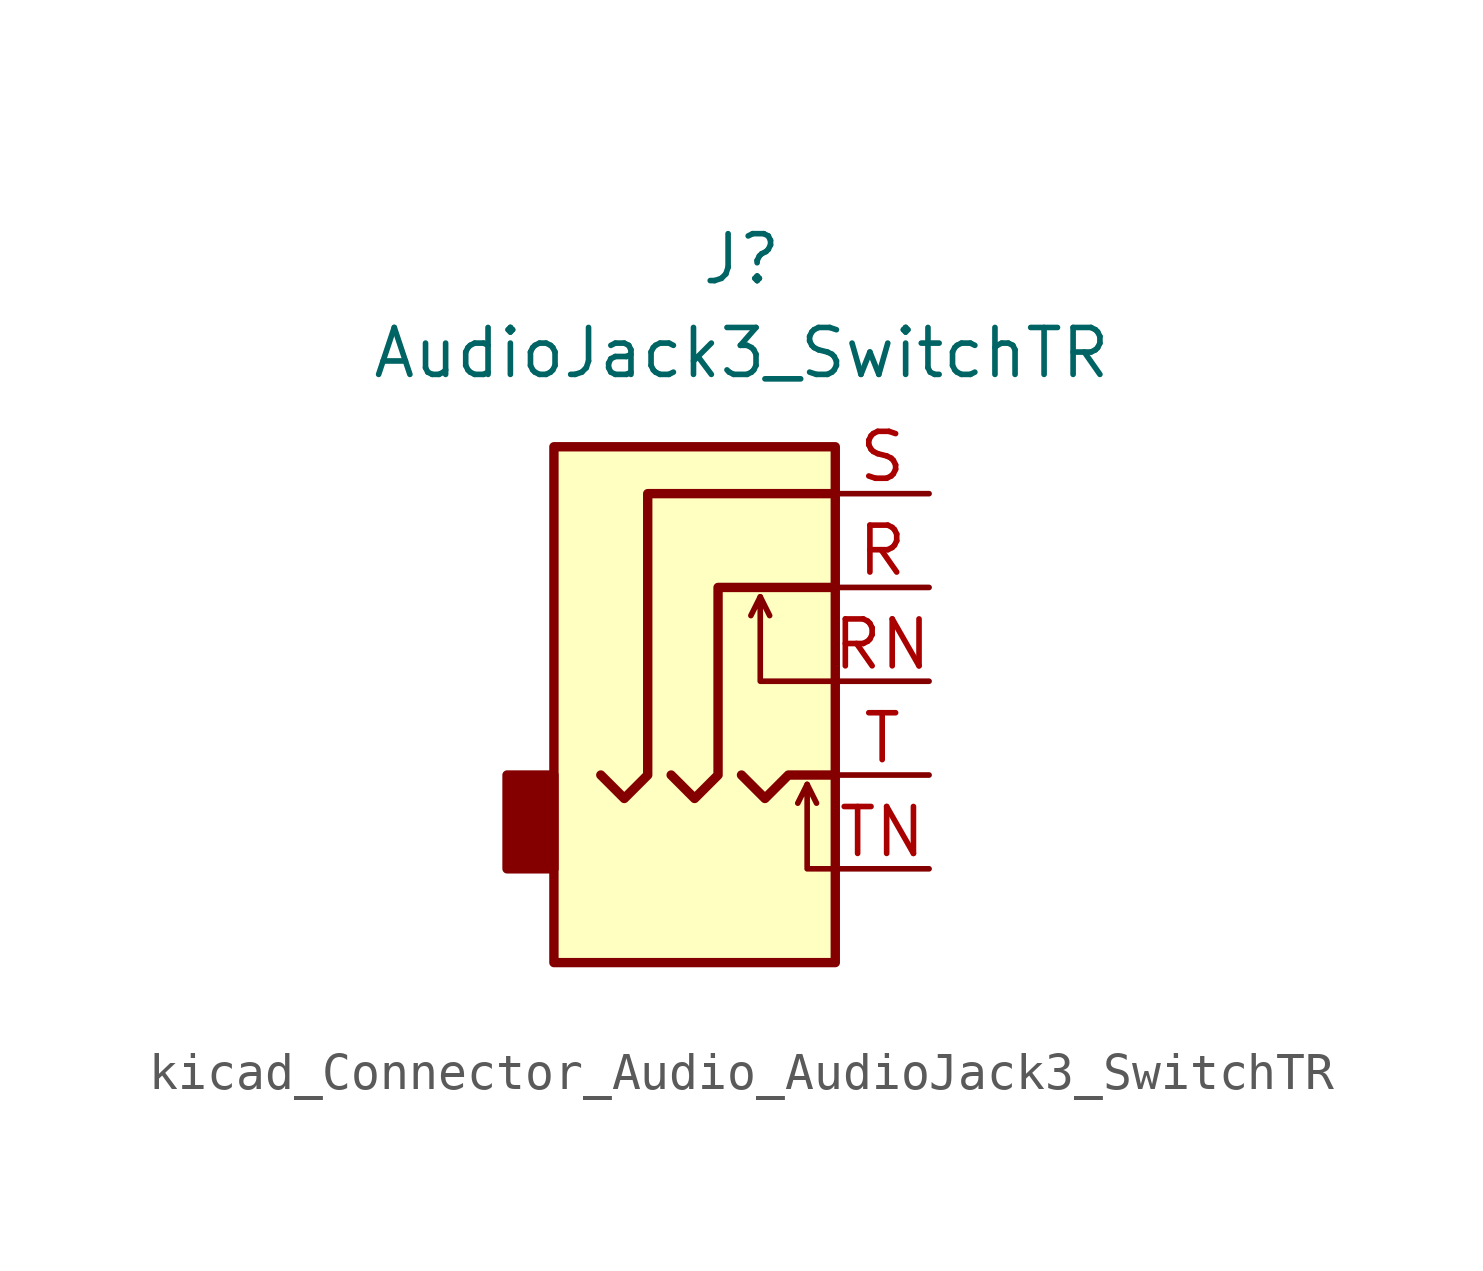
<source format=kicad_sym>
(kicad_symbol_lib
  (version 20220914)
  (generator kicad_symbol_editor)
  (symbol "kicad_Connector_Audio_AudioJack3_SwitchTR"
    (property "Reference" "J"
      (at 0 8.89 0)
      (effects (font (size 1.27 1.27))))
    (property "Value" "AudioJack3_SwitchTR"
      (at 0 6.35 0)
      (effects (font (size 1.27 1.27))))
    (symbol "kicad_Connector_Audio_AudioJack3_SwitchTR_0_1"
      (rectangle (start -5.08 -5.08) (end -6.35 -7.62) (stroke (width 0.254) (type default)) (fill (type outline)))
      (polyline (pts (xy 0.508 -0.254) (xy 0.762 -0.762)) (stroke (width 0) (type default)) (fill (type none)))
      (polyline (pts (xy 1.778 -5.334) (xy 2.032 -5.842)) (stroke (width 0) (type default)) (fill (type none)))
      (polyline (pts (xy 0 -5.08) (xy 0.635 -5.715) (xy 1.27 -5.08) (xy 2.54 -5.08)) (stroke (width 0.254) (type default)) (fill (type none)))
      (polyline (pts (xy 2.54 -7.62) (xy 1.778 -7.62) (xy 1.778 -5.334) (xy 1.524 -5.842)) (stroke (width 0) (type default)) (fill (type none)))
      (polyline (pts (xy 2.54 -2.54) (xy 0.508 -2.54) (xy 0.508 -0.254) (xy 0.254 -0.762)) (stroke (width 0) (type default)) (fill (type none)))
      (polyline (pts (xy -1.905 -5.08) (xy -1.27 -5.715) (xy -0.635 -5.08) (xy -0.635 0) (xy 2.54 0)) (stroke (width 0.254) (type default)) (fill (type none)))
      (polyline (pts (xy 2.54 2.54) (xy -2.54 2.54) (xy -2.54 -5.08) (xy -3.175 -5.715) (xy -3.81 -5.08)) (stroke (width 0.254) (type default)) (fill (type none)))
      (rectangle (start 2.54 3.81) (end -5.08 -10.16) (stroke (width 0.254) (type default)) (fill (type background))))
    (symbol "kicad_Connector_Audio_AudioJack3_SwitchTR_1_1"
      (pin passive line (at 5.08 0 180) (length 2.54) (name "~" (effects (font (size 1.27 1.27)))) (number "R" (effects (font (size 1.27 1.27)))))
      (pin passive line (at 5.08 -2.54 180) (length 2.54) (name "~" (effects (font (size 1.27 1.27)))) (number "RN" (effects (font (size 1.27 1.27)))))
      (pin passive line (at 5.08 2.54 180) (length 2.54) (name "~" (effects (font (size 1.27 1.27)))) (number "S" (effects (font (size 1.27 1.27)))))
      (pin passive line (at 5.08 -5.08 180) (length 2.54) (name "~" (effects (font (size 1.27 1.27)))) (number "T" (effects (font (size 1.27 1.27)))))
      (pin passive line (at 5.08 -7.62 180) (length 2.54) (name "~" (effects (font (size 1.27 1.27)))) (number "TN" (effects (font (size 1.27 1.27))))))))
</source>
